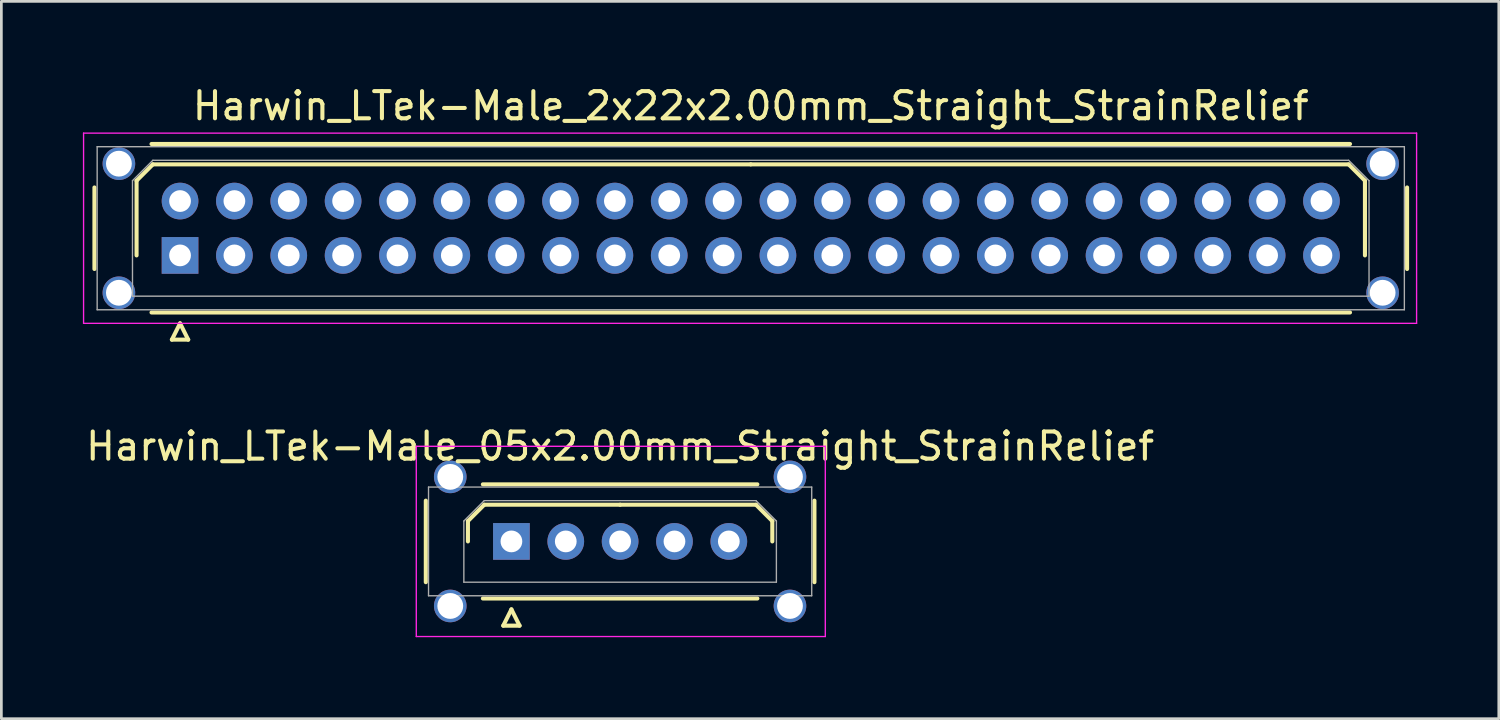
<source format=kicad_pcb>
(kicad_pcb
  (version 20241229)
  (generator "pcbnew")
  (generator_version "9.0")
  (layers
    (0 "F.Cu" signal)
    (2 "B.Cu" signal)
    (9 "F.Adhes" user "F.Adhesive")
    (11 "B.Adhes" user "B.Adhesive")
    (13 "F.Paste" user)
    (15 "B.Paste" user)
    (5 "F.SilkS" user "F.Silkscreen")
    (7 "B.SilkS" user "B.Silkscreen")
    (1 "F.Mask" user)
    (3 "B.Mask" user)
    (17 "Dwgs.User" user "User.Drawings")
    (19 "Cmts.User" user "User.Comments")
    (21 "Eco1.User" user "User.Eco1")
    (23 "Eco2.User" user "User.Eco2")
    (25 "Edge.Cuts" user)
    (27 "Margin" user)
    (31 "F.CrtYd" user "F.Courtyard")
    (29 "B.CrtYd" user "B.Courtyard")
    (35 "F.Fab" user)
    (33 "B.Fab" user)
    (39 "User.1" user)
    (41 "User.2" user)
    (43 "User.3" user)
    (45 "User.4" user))
  (footprint "Harwin_LTek-Male_2x22x2.00mm_Straight_StrainRelief"
    (layer "F.Cu")
    (at 3.575 6.348)
    (property "Reference" "Harwin_LTek-Male_2x22x2.00mm_Straight_StrainRelief" (at 21 -5.5 0) (layer "F.SilkS") (effects (font (size 1 1) (thickness 0.15))))
    (attr through_hole)
    (fp_line (start -3.15 -2.5) (end -3.15 0.5) (stroke (width 0.15) (type solid)) (layer "F.SilkS"))
    (fp_line (start -1.6 -2.75) (end -1 -3.35) (stroke (width 0.15) (type solid)) (layer "F.SilkS"))
    (fp_line (start -1.6 0) (end -1.6 -2.75) (stroke (width 0.15) (type solid)) (layer "F.SilkS"))
    (fp_line (start -1.05 -4.1) (end 43.05 -4.1) (stroke (width 0.15) (type solid)) (layer "F.SilkS"))
    (fp_line (start -1.05 2.1) (end 43.05 2.1) (stroke (width 0.15) (type solid)) (layer "F.SilkS"))
    (fp_line (start -1 -3.35) (end 21 -3.35) (stroke (width 0.15) (type solid)) (layer "F.SilkS"))
    (fp_line (start -0.3 3.1) (end 0.3 3.1) (stroke (width 0.15) (type solid)) (layer "F.SilkS"))
    (fp_line (start 0 2.5) (end -0.3 3.1) (stroke (width 0.15) (type solid)) (layer "F.SilkS"))
    (fp_line (start 0.3 3.1) (end 0 2.5) (stroke (width 0.15) (type solid)) (layer "F.SilkS"))
    (fp_line (start 43 -3.35) (end 21 -3.35) (stroke (width 0.15) (type solid)) (layer "F.SilkS"))
    (fp_line (start 43.6 -2.75) (end 43 -3.35) (stroke (width 0.15) (type solid)) (layer "F.SilkS"))
    (fp_line (start 43.6 0) (end 43.6 -2.75) (stroke (width 0.15) (type solid)) (layer "F.SilkS"))
    (fp_line (start 45.15 -2.5) (end 45.15 0.5) (stroke (width 0.15) (type solid)) (layer "F.SilkS"))
    (fp_line (start -3.55 -4.5) (end -3.55 2.5) (stroke (width 0.05) (type solid)) (layer "F.CrtYd"))
    (fp_line (start -3.55 2.5) (end 45.5 2.5) (stroke (width 0.05) (type solid)) (layer "F.CrtYd"))
    (fp_line (start 45.5 -4.5) (end -3.55 -4.5) (stroke (width 0.05) (type solid)) (layer "F.CrtYd"))
    (fp_line (start 45.5 2.5) (end 45.5 -4.5) (stroke (width 0.05) (type solid)) (layer "F.CrtYd"))
    (fp_line (start -3.05 -4) (end -3.05 2) (stroke (width 0.05) (type solid)) (layer "F.Fab"))
    (fp_line (start -3.05 2) (end 45.05 2) (stroke (width 0.05) (type solid)) (layer "F.Fab"))
    (fp_line (start -1.75 -2.75) (end -1 -3.5) (stroke (width 0.05) (type solid)) (layer "F.Fab"))
    (fp_line (start -1.75 1.5) (end -1.75 -2.75) (stroke (width 0.05) (type solid)) (layer "F.Fab"))
    (fp_line (start -1 -3.5) (end 43 -3.5) (stroke (width 0.05) (type solid)) (layer "F.Fab"))
    (fp_line (start 43 -3.5) (end 43.75 -2.75) (stroke (width 0.05) (type solid)) (layer "F.Fab"))
    (fp_line (start 43.75 -2.75) (end 43.75 1.5) (stroke (width 0.05) (type solid)) (layer "F.Fab"))
    (fp_line (start 43.75 1.5) (end -1.75 1.5) (stroke (width 0.05) (type solid)) (layer "F.Fab"))
    (fp_line (start 45.05 -4) (end -3.05 -4) (stroke (width 0.05) (type solid)) (layer "F.Fab"))
    (fp_line (start 45.05 2) (end 45.05 -4) (stroke (width 0.05) (type solid)) (layer "F.Fab"))
    (pad "" thru_hole circle (at -2.25 -3.375) (size 1.2 1.2) (drill 0.95) (layers "*.Cu" "*.Mask"))
    (pad "" thru_hole circle (at -2.25 1.375) (size 1.2 1.2) (drill 0.95) (layers "*.Cu" "*.Mask"))
    (pad "" thru_hole circle (at 44.25 -3.375) (size 1.2 1.2) (drill 0.95) (layers "*.Cu" "*.Mask"))
    (pad "" thru_hole circle (at 44.25 1.375) (size 1.2 1.2) (drill 0.95) (layers "*.Cu" "*.Mask"))
    (pad "1" thru_hole rect (at 0 0) (size 1.35 1.35) (drill 0.8) (layers "*.Cu" "*.Mask"))
    (pad "2" thru_hole circle (at 0 -2) (size 1.35 1.35) (drill 0.8) (layers "*.Cu" "*.Mask"))
    (pad "3" thru_hole circle (at 2 0) (size 1.35 1.35) (drill 0.8) (layers "*.Cu" "*.Mask"))
    (pad "4" thru_hole circle (at 2 -2) (size 1.35 1.35) (drill 0.8) (layers "*.Cu" "*.Mask"))
    (pad "5" thru_hole circle (at 4 0) (size 1.35 1.35) (drill 0.8) (layers "*.Cu" "*.Mask"))
    (pad "6" thru_hole circle (at 4 -2) (size 1.35 1.35) (drill 0.8) (layers "*.Cu" "*.Mask"))
    (pad "7" thru_hole circle (at 6 0) (size 1.35 1.35) (drill 0.8) (layers "*.Cu" "*.Mask"))
    (pad "8" thru_hole circle (at 6 -2) (size 1.35 1.35) (drill 0.8) (layers "*.Cu" "*.Mask"))
    (pad "9" thru_hole circle (at 8 0) (size 1.35 1.35) (drill 0.8) (layers "*.Cu" "*.Mask"))
    (pad "10" thru_hole circle (at 8 -2) (size 1.35 1.35) (drill 0.8) (layers "*.Cu" "*.Mask"))
    (pad "11" thru_hole circle (at 10 0) (size 1.35 1.35) (drill 0.8) (layers "*.Cu" "*.Mask"))
    (pad "12" thru_hole circle (at 10 -2) (size 1.35 1.35) (drill 0.8) (layers "*.Cu" "*.Mask"))
    (pad "13" thru_hole circle (at 12 0) (size 1.35 1.35) (drill 0.8) (layers "*.Cu" "*.Mask"))
    (pad "14" thru_hole circle (at 12 -2) (size 1.35 1.35) (drill 0.8) (layers "*.Cu" "*.Mask"))
    (pad "15" thru_hole circle (at 14 0) (size 1.35 1.35) (drill 0.8) (layers "*.Cu" "*.Mask"))
    (pad "16" thru_hole circle (at 14 -2) (size 1.35 1.35) (drill 0.8) (layers "*.Cu" "*.Mask"))
    (pad "17" thru_hole circle (at 16 0) (size 1.35 1.35) (drill 0.8) (layers "*.Cu" "*.Mask"))
    (pad "18" thru_hole circle (at 16 -2) (size 1.35 1.35) (drill 0.8) (layers "*.Cu" "*.Mask"))
    (pad "19" thru_hole circle (at 18 0) (size 1.35 1.35) (drill 0.8) (layers "*.Cu" "*.Mask"))
    (pad "20" thru_hole circle (at 18 -2) (size 1.35 1.35) (drill 0.8) (layers "*.Cu" "*.Mask"))
    (pad "21" thru_hole circle (at 20 0) (size 1.35 1.35) (drill 0.8) (layers "*.Cu" "*.Mask"))
    (pad "22" thru_hole circle (at 20 -2) (size 1.35 1.35) (drill 0.8) (layers "*.Cu" "*.Mask"))
    (pad "23" thru_hole circle (at 22 0) (size 1.35 1.35) (drill 0.8) (layers "*.Cu" "*.Mask"))
    (pad "24" thru_hole circle (at 22 -2) (size 1.35 1.35) (drill 0.8) (layers "*.Cu" "*.Mask"))
    (pad "25" thru_hole circle (at 24 0) (size 1.35 1.35) (drill 0.8) (layers "*.Cu" "*.Mask"))
    (pad "26" thru_hole circle (at 24 -2) (size 1.35 1.35) (drill 0.8) (layers "*.Cu" "*.Mask"))
    (pad "27" thru_hole circle (at 26 0) (size 1.35 1.35) (drill 0.8) (layers "*.Cu" "*.Mask"))
    (pad "28" thru_hole circle (at 26 -2) (size 1.35 1.35) (drill 0.8) (layers "*.Cu" "*.Mask"))
    (pad "29" thru_hole circle (at 28 0) (size 1.35 1.35) (drill 0.8) (layers "*.Cu" "*.Mask"))
    (pad "30" thru_hole circle (at 28 -2) (size 1.35 1.35) (drill 0.8) (layers "*.Cu" "*.Mask"))
    (pad "31" thru_hole circle (at 30 0) (size 1.35 1.35) (drill 0.8) (layers "*.Cu" "*.Mask"))
    (pad "32" thru_hole circle (at 30 -2) (size 1.35 1.35) (drill 0.8) (layers "*.Cu" "*.Mask"))
    (pad "33" thru_hole circle (at 32 0) (size 1.35 1.35) (drill 0.8) (layers "*.Cu" "*.Mask"))
    (pad "34" thru_hole circle (at 32 -2) (size 1.35 1.35) (drill 0.8) (layers "*.Cu" "*.Mask"))
    (pad "35" thru_hole circle (at 34 0) (size 1.35 1.35) (drill 0.8) (layers "*.Cu" "*.Mask"))
    (pad "36" thru_hole circle (at 34 -2) (size 1.35 1.35) (drill 0.8) (layers "*.Cu" "*.Mask"))
    (pad "37" thru_hole circle (at 36 0) (size 1.35 1.35) (drill 0.8) (layers "*.Cu" "*.Mask"))
    (pad "38" thru_hole circle (at 36 -2) (size 1.35 1.35) (drill 0.8) (layers "*.Cu" "*.Mask"))
    (pad "39" thru_hole circle (at 38 0) (size 1.35 1.35) (drill 0.8) (layers "*.Cu" "*.Mask"))
    (pad "40" thru_hole circle (at 38 -2) (size 1.35 1.35) (drill 0.8) (layers "*.Cu" "*.Mask"))
    (pad "41" thru_hole circle (at 40 0) (size 1.35 1.35) (drill 0.8) (layers "*.Cu" "*.Mask"))
    (pad "42" thru_hole circle (at 40 -2) (size 1.35 1.35) (drill 0.8) (layers "*.Cu" "*.Mask"))
    (pad "43" thru_hole circle (at 42 0) (size 1.35 1.35) (drill 0.8) (layers "*.Cu" "*.Mask"))
    (pad "44" thru_hole circle (at 42 -2) (size 1.35 1.35) (drill 0.8) (layers "*.Cu" "*.Mask")))
  (footprint "Harwin_LTek-Male_05x2.00mm_Straight_StrainRelief"
    (layer "F.Cu")
    (at 15.768 16.872)
    (property "Reference" "Harwin_LTek-Male_05x2.00mm_Straight_StrainRelief" (at 4 -3.5 0) (layer "F.SilkS") (effects (font (size 1 1) (thickness 0.15))))
    (attr through_hole)
    (fp_line (start -3.15 -1.5) (end -3.15 1.5) (stroke (width 0.15) (type solid)) (layer "F.SilkS"))
    (fp_line (start -1.6 -0.75) (end -1 -1.35) (stroke (width 0.15) (type solid)) (layer "F.SilkS"))
    (fp_line (start -1.6 0) (end -1.6 -0.75) (stroke (width 0.15) (type solid)) (layer "F.SilkS"))
    (fp_line (start -1.05 -2.1) (end 9.05 -2.1) (stroke (width 0.15) (type solid)) (layer "F.SilkS"))
    (fp_line (start -1.05 2.1) (end 9.05 2.1) (stroke (width 0.15) (type solid)) (layer "F.SilkS"))
    (fp_line (start -1 -1.35) (end 4 -1.35) (stroke (width 0.15) (type solid)) (layer "F.SilkS"))
    (fp_line (start -0.3 3.1) (end 0.3 3.1) (stroke (width 0.15) (type solid)) (layer "F.SilkS"))
    (fp_line (start 0 2.5) (end -0.3 3.1) (stroke (width 0.15) (type solid)) (layer "F.SilkS"))
    (fp_line (start 0.3 3.1) (end 0 2.5) (stroke (width 0.15) (type solid)) (layer "F.SilkS"))
    (fp_line (start 9 -1.35) (end 4 -1.35) (stroke (width 0.15) (type solid)) (layer "F.SilkS"))
    (fp_line (start 9.6 -0.75) (end 9 -1.35) (stroke (width 0.15) (type solid)) (layer "F.SilkS"))
    (fp_line (start 9.6 0) (end 9.6 -0.75) (stroke (width 0.15) (type solid)) (layer "F.SilkS"))
    (fp_line (start 11.15 -1.5) (end 11.15 1.5) (stroke (width 0.15) (type solid)) (layer "F.SilkS"))
    (fp_line (start -3.5 -3.5) (end -3.5 3.5) (stroke (width 0.05) (type solid)) (layer "F.CrtYd"))
    (fp_line (start -3.5 3.5) (end 11.55 3.5) (stroke (width 0.05) (type solid)) (layer "F.CrtYd"))
    (fp_line (start 11.55 -3.5) (end -3.5 -3.5) (stroke (width 0.05) (type solid)) (layer "F.CrtYd"))
    (fp_line (start 11.55 3.5) (end 11.55 -3.5) (stroke (width 0.05) (type solid)) (layer "F.CrtYd"))
    (fp_line (start -3.05 -2) (end -3.05 2) (stroke (width 0.05) (type solid)) (layer "F.Fab"))
    (fp_line (start -3.05 2) (end 11.05 2) (stroke (width 0.05) (type solid)) (layer "F.Fab"))
    (fp_line (start -1.75 -0.75) (end -1 -1.5) (stroke (width 0.05) (type solid)) (layer "F.Fab"))
    (fp_line (start -1.75 1.5) (end -1.75 -0.75) (stroke (width 0.05) (type solid)) (layer "F.Fab"))
    (fp_line (start -1 -1.5) (end 9 -1.5) (stroke (width 0.05) (type solid)) (layer "F.Fab"))
    (fp_line (start 9 -1.5) (end 9.75 -0.75) (stroke (width 0.05) (type solid)) (layer "F.Fab"))
    (fp_line (start 9.75 -0.75) (end 9.75 1.5) (stroke (width 0.05) (type solid)) (layer "F.Fab"))
    (fp_line (start 9.75 1.5) (end -1.75 1.5) (stroke (width 0.05) (type solid)) (layer "F.Fab"))
    (fp_line (start 11.05 -2) (end -3.05 -2) (stroke (width 0.05) (type solid)) (layer "F.Fab"))
    (fp_line (start 11.05 2) (end 11.05 -2) (stroke (width 0.05) (type solid)) (layer "F.Fab"))
    (pad "" thru_hole circle (at -2.25 -2.375) (size 1.2 1.2) (drill 0.95) (layers "*.Cu" "*.Mask"))
    (pad "" thru_hole circle (at -2.25 2.375) (size 1.2 1.2) (drill 0.95) (layers "*.Cu" "*.Mask"))
    (pad "" thru_hole circle (at 10.25 -2.375) (size 1.2 1.2) (drill 0.95) (layers "*.Cu" "*.Mask"))
    (pad "" thru_hole circle (at 10.25 2.375) (size 1.2 1.2) (drill 0.95) (layers "*.Cu" "*.Mask"))
    (pad "1" thru_hole rect (at 0 0) (size 1.35 1.35) (drill 0.8) (layers "*.Cu" "*.Mask"))
    (pad "2" thru_hole circle (at 2 0) (size 1.35 1.35) (drill 0.8) (layers "*.Cu" "*.Mask"))
    (pad "3" thru_hole circle (at 4 0) (size 1.35 1.35) (drill 0.8) (layers "*.Cu" "*.Mask"))
    (pad "4" thru_hole circle (at 6 0) (size 1.35 1.35) (drill 0.8) (layers "*.Cu" "*.Mask"))
    (pad "5" thru_hole circle (at 8 0) (size 1.35 1.35) (drill 0.8) (layers "*.Cu" "*.Mask")))
  (gr_rect
    (start -3 -3)
    (end 52.1 23.396)
    (stroke (width 0.1) (type default))
    (fill no)
    (layer "Edge.Cuts")))
</source>
